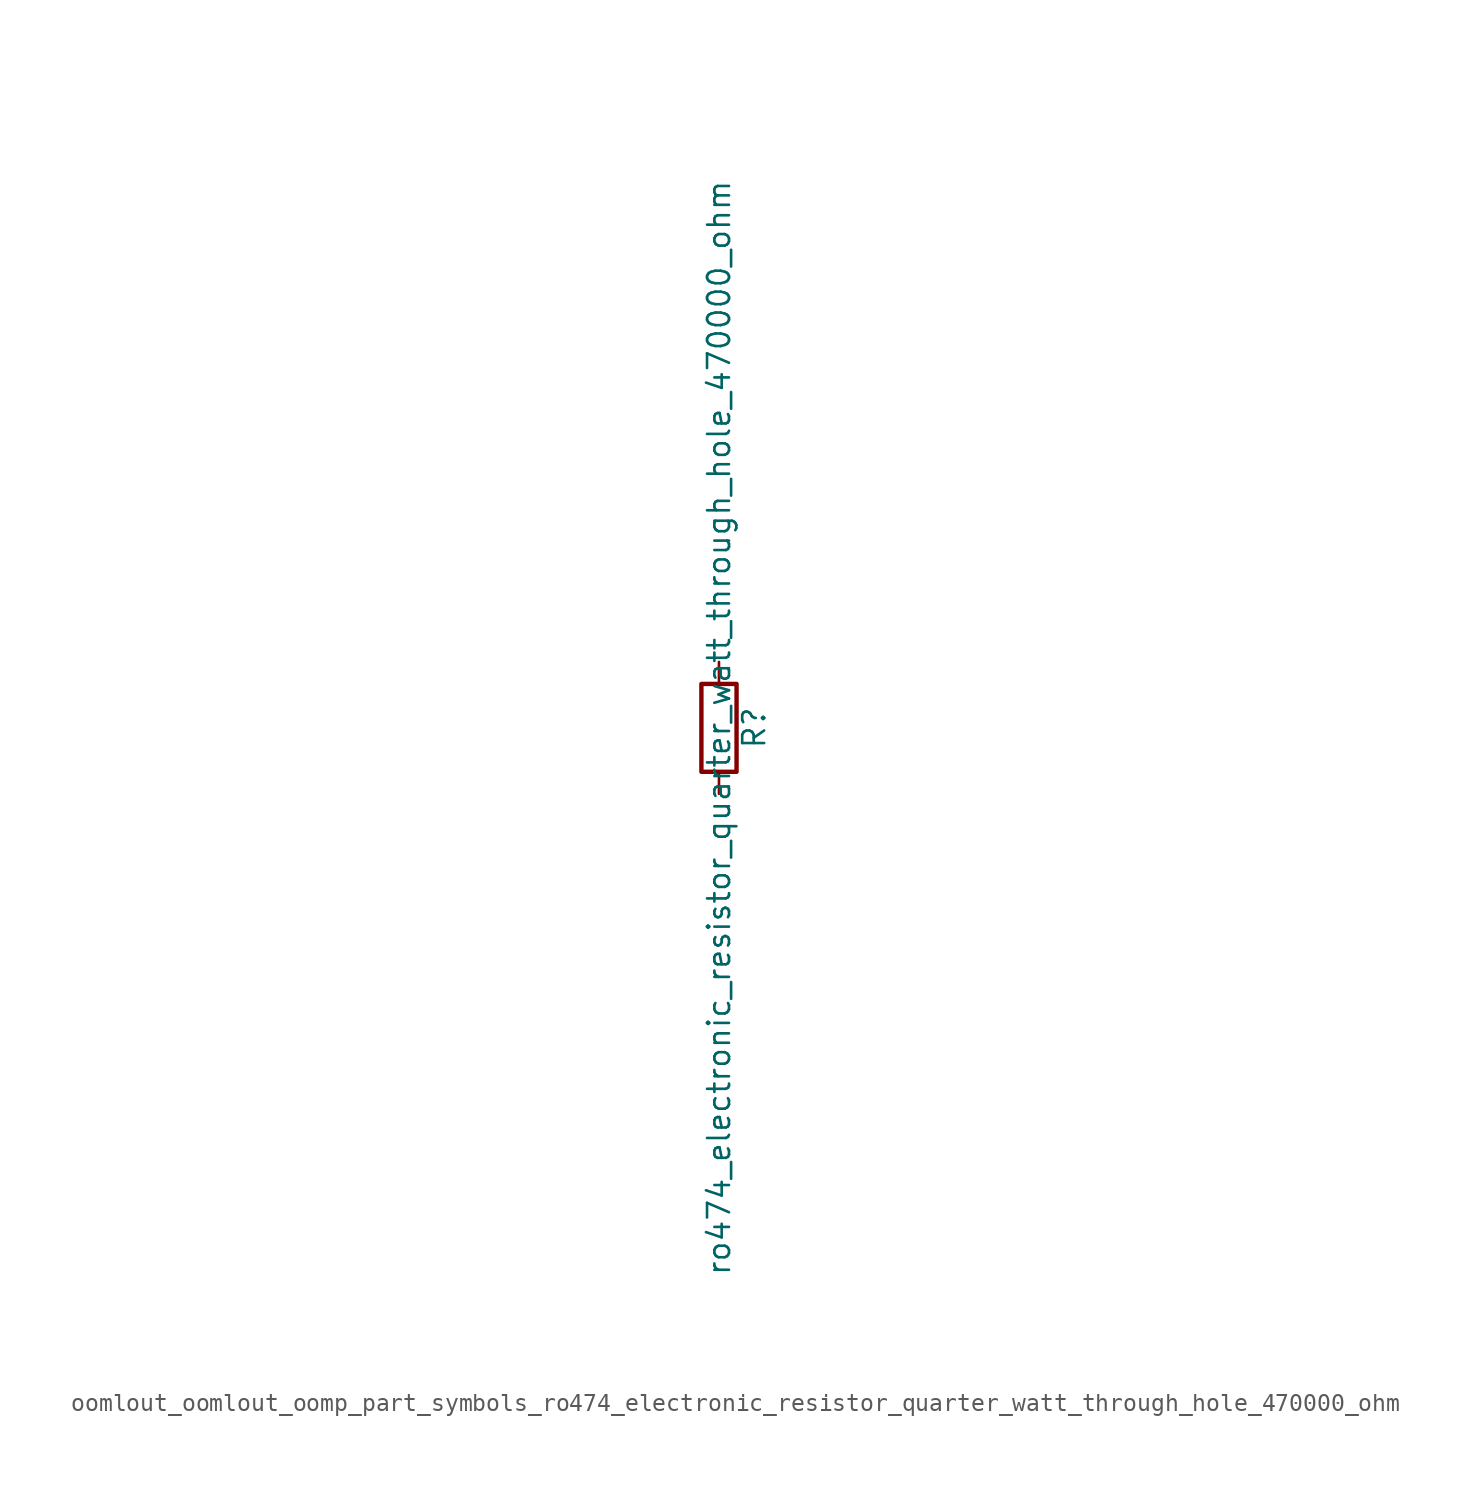
<source format=kicad_sym>
(kicad_symbol_lib
  (version 20220914)
  (generator kicad_symbol_editor)
  (symbol "oomlout_oomlout_oomp_part_symbols_ro474_electronic_resistor_quarter_watt_through_hole_470000_ohm"
    (pin_numbers hide)
    (pin_names
      (offset 0))
    (property "Reference" "R"
      (at 2.032 0 90)
      (effects (font (size 1.27 1.27))))
    (property "Value" "ro474_electronic_resistor_quarter_watt_through_hole_470000_ohm"
      (at 0 0 90)
      (effects (font (size 1.27 1.27))))
    (symbol "oomlout_oomlout_oomp_part_symbols_ro474_electronic_resistor_quarter_watt_through_hole_470000_ohm_0_1"
      (rectangle (start -1.016 -2.54) (end 1.016 2.54) (stroke (width 0.254) (type default)) (fill (type none))))
    (symbol "oomlout_oomlout_oomp_part_symbols_ro474_electronic_resistor_quarter_watt_through_hole_470000_ohm_1_1"
      (pin passive line (at 0 3.81 270) (length 1.27) (name "~" (effects (font (size 1.27 1.27)))) (number "1" (effects (font (size 1.27 1.27)))))
      (pin passive line (at 0 -3.81 90) (length 1.27) (name "~" (effects (font (size 1.27 1.27)))) (number "2" (effects (font (size 1.27 1.27))))))))
</source>
